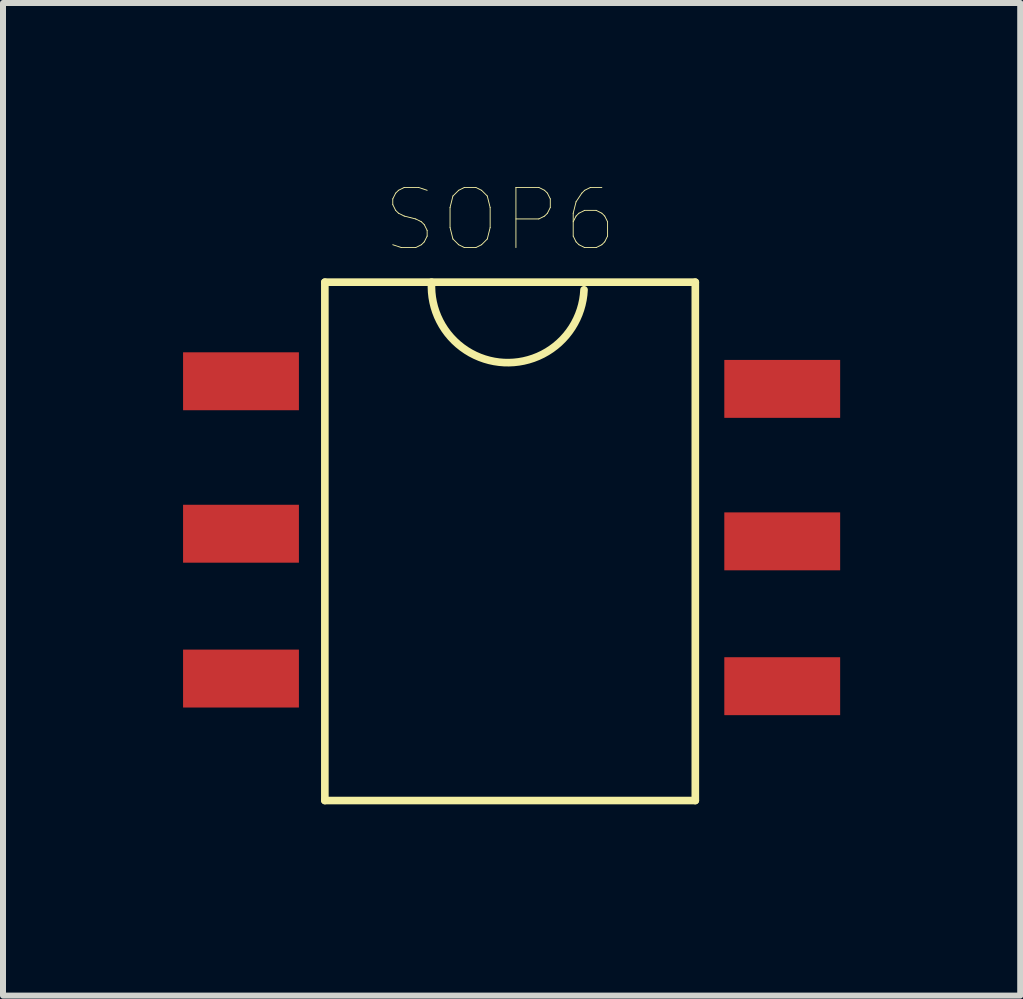
<source format=kicad_pcb>
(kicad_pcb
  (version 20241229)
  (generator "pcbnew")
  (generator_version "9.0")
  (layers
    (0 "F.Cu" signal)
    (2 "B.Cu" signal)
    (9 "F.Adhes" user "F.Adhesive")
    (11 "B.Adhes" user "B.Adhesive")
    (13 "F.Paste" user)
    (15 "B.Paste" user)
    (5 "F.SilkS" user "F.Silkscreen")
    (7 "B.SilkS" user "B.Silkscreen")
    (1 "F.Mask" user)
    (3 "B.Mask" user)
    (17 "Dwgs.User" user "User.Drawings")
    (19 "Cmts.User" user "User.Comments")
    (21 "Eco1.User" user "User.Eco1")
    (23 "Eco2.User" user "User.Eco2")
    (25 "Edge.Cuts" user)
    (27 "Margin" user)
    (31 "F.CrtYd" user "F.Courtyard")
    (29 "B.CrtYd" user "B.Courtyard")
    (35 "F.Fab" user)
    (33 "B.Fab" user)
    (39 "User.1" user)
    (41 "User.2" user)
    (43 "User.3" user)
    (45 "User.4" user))
  (footprint "SOP6"
    (layer "F.Cu")
    (at 5.283 10.287)
    (property "Reference" "SOP6" (at -0.000005 -9.675 0) (layer "F.SilkS") (effects (font (size 1.002 1.002) (thickness 0.015))))
    (attr through_hole)
    (fp_line (start -2.921 -8.636) (end 3.251 -8.636) (stroke (width 0.127) (type solid)) (layer "F.SilkS"))
    (fp_line (start -2.921 0) (end -2.921 -8.636) (stroke (width 0.127) (type solid)) (layer "F.SilkS"))
    (fp_line (start -2.921 0) (end 3.251 0) (stroke (width 0.127) (type solid)) (layer "F.SilkS"))
    (fp_line (start 3.251 0) (end 3.251 -8.636) (stroke (width 0.127) (type solid)) (layer "F.SilkS"))
    (fp_arc (start 1.397 -8.509) (mid 0.0635 -7.3025) (end -1.143 -8.636) (stroke (width 0.127) (type solid)) (layer "F.SilkS"))
    (pad "1" smd rect (at -4.318 -6.985) (size 1.93 0.965) (layers "F.Cu" "F.Mask" "F.Paste"))
    (pad "2" smd rect (at -4.318 -4.445) (size 1.93 0.965) (layers "F.Cu" "F.Mask" "F.Paste"))
    (pad "3" smd rect (at -4.318 -2.032) (size 1.93 0.965) (layers "F.Cu" "F.Mask" "F.Paste"))
    (pad "4" smd rect (at 4.699 -1.905) (size 1.93 0.965) (layers "F.Cu" "F.Mask" "F.Paste"))
    (pad "5" smd rect (at 4.699 -4.318) (size 1.93 0.965) (layers "F.Cu" "F.Mask" "F.Paste"))
    (pad "6" smd rect (at 4.699 -6.858) (size 1.93 0.965) (layers "F.Cu" "F.Mask" "F.Paste")))
  (gr_rect
    (start -3 -3)
    (end 13.947 13.537)
    (stroke (width 0.1) (type default))
    (fill no)
    (layer "Edge.Cuts")))
</source>
